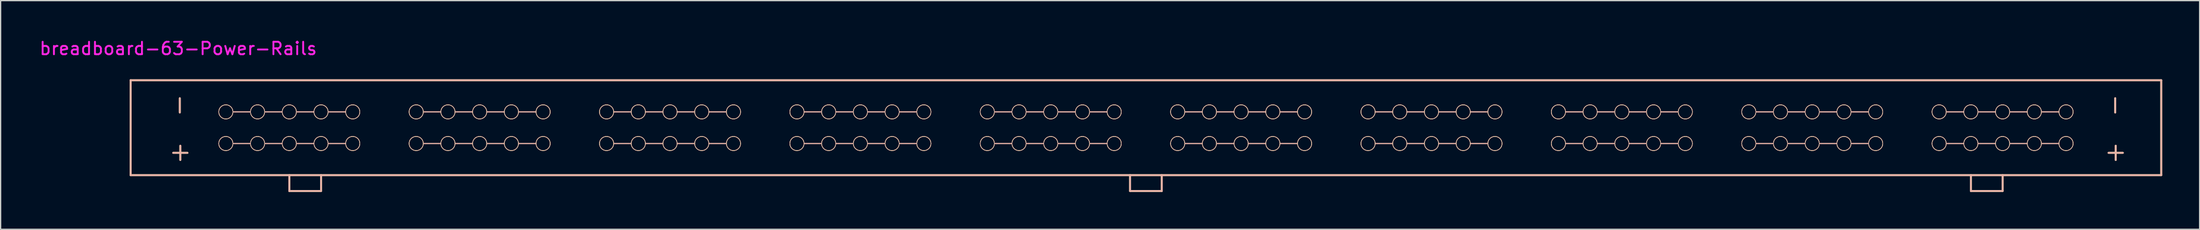
<source format=kicad_pcb>
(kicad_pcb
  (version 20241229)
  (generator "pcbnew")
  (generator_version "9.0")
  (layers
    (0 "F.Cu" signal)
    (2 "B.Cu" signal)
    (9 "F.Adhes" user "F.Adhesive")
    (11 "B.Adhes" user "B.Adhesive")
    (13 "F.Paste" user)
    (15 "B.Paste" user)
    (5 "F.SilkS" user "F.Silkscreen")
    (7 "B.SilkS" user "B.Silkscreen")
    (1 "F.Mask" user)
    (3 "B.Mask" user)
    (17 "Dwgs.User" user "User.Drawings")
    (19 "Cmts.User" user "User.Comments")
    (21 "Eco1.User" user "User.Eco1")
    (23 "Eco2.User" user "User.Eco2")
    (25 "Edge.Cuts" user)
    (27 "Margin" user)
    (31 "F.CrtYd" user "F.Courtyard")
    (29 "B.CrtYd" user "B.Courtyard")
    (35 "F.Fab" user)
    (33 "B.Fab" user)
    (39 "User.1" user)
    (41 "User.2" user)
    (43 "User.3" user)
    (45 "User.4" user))
  (footprint "breadboard-63-Power-Rails"
    (layer "F.Cu")
    (at 73.45 5.928)
    (property "Reference" "breadboard-63-Power-Rails" (at -62.23 -5.08 180) (layer "F.CrtYd") (effects (font (size 1 1) (thickness 0.15))))
    (attr exclude_from_pos_files exclude_from_bom)
    (fp_line (start -66.04 -2.54) (end -66.04 5.08) (stroke (width 0.15) (type solid)) (layer "F.SilkS"))
    (fp_line (start -66.04 5.08) (end 96.52 5.08) (stroke (width 0.15) (type solid)) (layer "F.SilkS"))
    (fp_line (start -53.34 5.08) (end -53.34 6.35) (stroke (width 0.15) (type solid)) (layer "F.SilkS"))
    (fp_line (start -53.34 6.35) (end -50.8 6.35) (stroke (width 0.15) (type solid)) (layer "F.SilkS"))
    (fp_line (start -50.8 6.35) (end -50.8 5.08) (stroke (width 0.15) (type solid)) (layer "F.SilkS"))
    (fp_line (start 13.97 5.08) (end 13.97 6.35) (stroke (width 0.15) (type solid)) (layer "F.SilkS"))
    (fp_line (start 13.97 6.35) (end 16.51 6.35) (stroke (width 0.15) (type solid)) (layer "F.SilkS"))
    (fp_line (start 16.51 6.35) (end 16.51 5.08) (stroke (width 0.15) (type solid)) (layer "F.SilkS"))
    (fp_line (start 81.28 5.08) (end 81.28 6.35) (stroke (width 0.15) (type solid)) (layer "F.SilkS"))
    (fp_line (start 81.28 6.35) (end 83.82 6.35) (stroke (width 0.15) (type solid)) (layer "F.SilkS"))
    (fp_line (start 83.82 6.35) (end 83.82 5.08) (stroke (width 0.15) (type solid)) (layer "F.SilkS"))
    (fp_line (start 96.52 -2.54) (end -66.04 -2.54) (stroke (width 0.15) (type solid)) (layer "F.SilkS"))
    (fp_line (start 96.52 5.08) (end 96.52 -2.54) (stroke (width 0.15) (type solid)) (layer "F.SilkS"))
    (fp_circle (center -58.42 0) (end -58.166 -0.508) (stroke (width 0.05) (type solid)) (fill no) (layer "F.SilkS"))
    (fp_circle (center -58.42 2.54) (end -58.166 2.032) (stroke (width 0.05) (type solid)) (fill no) (layer "F.SilkS"))
    (fp_circle (center -55.88 0) (end -55.626 -0.508) (stroke (width 0.05) (type solid)) (fill no) (layer "F.SilkS"))
    (fp_circle (center -55.88 2.54) (end -55.626 2.032) (stroke (width 0.05) (type solid)) (fill no) (layer "F.SilkS"))
    (fp_circle (center -53.34 0) (end -53.086 -0.508) (stroke (width 0.05) (type solid)) (fill no) (layer "F.SilkS"))
    (fp_circle (center -53.34 2.54) (end -53.086 2.032) (stroke (width 0.05) (type solid)) (fill no) (layer "F.SilkS"))
    (fp_circle (center -50.8 0) (end -50.546 -0.508) (stroke (width 0.05) (type solid)) (fill no) (layer "F.SilkS"))
    (fp_circle (center -50.8 2.54) (end -50.546 2.032) (stroke (width 0.05) (type solid)) (fill no) (layer "F.SilkS"))
    (fp_circle (center -48.26 0) (end -48.006 -0.508) (stroke (width 0.05) (type solid)) (fill no) (layer "F.SilkS"))
    (fp_circle (center -48.26 2.54) (end -48.006 2.032) (stroke (width 0.05) (type solid)) (fill no) (layer "F.SilkS"))
    (fp_circle (center -43.18 0) (end -42.926 -0.508) (stroke (width 0.05) (type solid)) (fill no) (layer "F.SilkS"))
    (fp_circle (center -43.18 2.54) (end -42.926 2.032) (stroke (width 0.05) (type solid)) (fill no) (layer "F.SilkS"))
    (fp_circle (center -40.64 0) (end -40.386 -0.508) (stroke (width 0.05) (type solid)) (fill no) (layer "F.SilkS"))
    (fp_circle (center -40.64 2.54) (end -40.386 2.032) (stroke (width 0.05) (type solid)) (fill no) (layer "F.SilkS"))
    (fp_circle (center -38.1 0) (end -37.846 -0.508) (stroke (width 0.05) (type solid)) (fill no) (layer "F.SilkS"))
    (fp_circle (center -38.1 2.54) (end -37.846 2.032) (stroke (width 0.05) (type solid)) (fill no) (layer "F.SilkS"))
    (fp_circle (center -35.56 0) (end -35.306 -0.508) (stroke (width 0.05) (type solid)) (fill no) (layer "F.SilkS"))
    (fp_circle (center -35.56 2.54) (end -35.306 2.032) (stroke (width 0.05) (type solid)) (fill no) (layer "F.SilkS"))
    (fp_circle (center -33.02 0) (end -32.766 -0.508) (stroke (width 0.05) (type solid)) (fill no) (layer "F.SilkS"))
    (fp_circle (center -33.02 2.54) (end -32.766 2.032) (stroke (width 0.05) (type solid)) (fill no) (layer "F.SilkS"))
    (fp_circle (center -27.94 0) (end -27.686 -0.508) (stroke (width 0.05) (type solid)) (fill no) (layer "F.SilkS"))
    (fp_circle (center -27.94 2.54) (end -27.686 2.032) (stroke (width 0.05) (type solid)) (fill no) (layer "F.SilkS"))
    (fp_circle (center -25.4 0) (end -25.146 -0.508) (stroke (width 0.05) (type solid)) (fill no) (layer "F.SilkS"))
    (fp_circle (center -25.4 2.54) (end -25.146 2.032) (stroke (width 0.05) (type solid)) (fill no) (layer "F.SilkS"))
    (fp_circle (center -22.86 0) (end -22.606 -0.508) (stroke (width 0.05) (type solid)) (fill no) (layer "F.SilkS"))
    (fp_circle (center -22.86 2.54) (end -22.606 2.032) (stroke (width 0.05) (type solid)) (fill no) (layer "F.SilkS"))
    (fp_circle (center -20.32 0) (end -20.066 -0.508) (stroke (width 0.05) (type solid)) (fill no) (layer "F.SilkS"))
    (fp_circle (center -20.32 2.54) (end -20.066 2.032) (stroke (width 0.05) (type solid)) (fill no) (layer "F.SilkS"))
    (fp_circle (center -17.78 0) (end -17.526 -0.508) (stroke (width 0.05) (type solid)) (fill no) (layer "F.SilkS"))
    (fp_circle (center -17.78 2.54) (end -17.526 2.032) (stroke (width 0.05) (type solid)) (fill no) (layer "F.SilkS"))
    (fp_circle (center -12.7 0) (end -12.446 -0.508) (stroke (width 0.05) (type solid)) (fill no) (layer "F.SilkS"))
    (fp_circle (center -12.7 2.54) (end -12.446 2.032) (stroke (width 0.05) (type solid)) (fill no) (layer "F.SilkS"))
    (fp_circle (center -10.16 0) (end -9.906 -0.508) (stroke (width 0.05) (type solid)) (fill no) (layer "F.SilkS"))
    (fp_circle (center -10.16 2.54) (end -9.906 2.032) (stroke (width 0.05) (type solid)) (fill no) (layer "F.SilkS"))
    (fp_circle (center -7.62 0) (end -7.366 -0.508) (stroke (width 0.05) (type solid)) (fill no) (layer "F.SilkS"))
    (fp_circle (center -7.62 2.54) (end -7.366 2.032) (stroke (width 0.05) (type solid)) (fill no) (layer "F.SilkS"))
    (fp_circle (center -5.08 0) (end -4.826 -0.508) (stroke (width 0.05) (type solid)) (fill no) (layer "F.SilkS"))
    (fp_circle (center -5.08 2.54) (end -4.826 2.032) (stroke (width 0.05) (type solid)) (fill no) (layer "F.SilkS"))
    (fp_circle (center -2.54 0) (end -2.286 -0.508) (stroke (width 0.05) (type solid)) (fill no) (layer "F.SilkS"))
    (fp_circle (center -2.54 2.54) (end -2.286 2.032) (stroke (width 0.05) (type solid)) (fill no) (layer "F.SilkS"))
    (fp_circle (center 2.54 0) (end 2.794 -0.508) (stroke (width 0.05) (type solid)) (fill no) (layer "F.SilkS"))
    (fp_circle (center 2.54 2.54) (end 2.794 2.032) (stroke (width 0.05) (type solid)) (fill no) (layer "F.SilkS"))
    (fp_circle (center 5.08 0) (end 5.334 -0.508) (stroke (width 0.05) (type solid)) (fill no) (layer "F.SilkS"))
    (fp_circle (center 5.08 2.54) (end 5.334 2.032) (stroke (width 0.05) (type solid)) (fill no) (layer "F.SilkS"))
    (fp_circle (center 7.62 0) (end 7.874 -0.508) (stroke (width 0.05) (type solid)) (fill no) (layer "F.SilkS"))
    (fp_circle (center 7.62 2.54) (end 7.874 2.032) (stroke (width 0.05) (type solid)) (fill no) (layer "F.SilkS"))
    (fp_circle (center 10.16 0) (end 10.414 -0.508) (stroke (width 0.05) (type solid)) (fill no) (layer "F.SilkS"))
    (fp_circle (center 10.16 2.54) (end 10.414 2.032) (stroke (width 0.05) (type solid)) (fill no) (layer "F.SilkS"))
    (fp_circle (center 12.7 0) (end 12.954 -0.508) (stroke (width 0.05) (type solid)) (fill no) (layer "F.SilkS"))
    (fp_circle (center 12.7 2.54) (end 12.954 2.032) (stroke (width 0.05) (type solid)) (fill no) (layer "F.SilkS"))
    (fp_circle (center 17.78 0) (end 18.034 -0.508) (stroke (width 0.05) (type solid)) (fill no) (layer "F.SilkS"))
    (fp_circle (center 17.78 2.54) (end 18.034 2.032) (stroke (width 0.05) (type solid)) (fill no) (layer "F.SilkS"))
    (fp_circle (center 20.32 0) (end 20.574 -0.508) (stroke (width 0.05) (type solid)) (fill no) (layer "F.SilkS"))
    (fp_circle (center 20.32 2.54) (end 20.574 2.032) (stroke (width 0.05) (type solid)) (fill no) (layer "F.SilkS"))
    (fp_circle (center 22.86 0) (end 23.114 -0.508) (stroke (width 0.05) (type solid)) (fill no) (layer "F.SilkS"))
    (fp_circle (center 22.86 2.54) (end 23.114 2.032) (stroke (width 0.05) (type solid)) (fill no) (layer "F.SilkS"))
    (fp_circle (center 25.4 0) (end 25.654 -0.508) (stroke (width 0.05) (type solid)) (fill no) (layer "F.SilkS"))
    (fp_circle (center 25.4 2.54) (end 25.654 2.032) (stroke (width 0.05) (type solid)) (fill no) (layer "F.SilkS"))
    (fp_circle (center 27.94 0) (end 28.194 -0.508) (stroke (width 0.05) (type solid)) (fill no) (layer "F.SilkS"))
    (fp_circle (center 27.94 2.54) (end 28.194 2.032) (stroke (width 0.05) (type solid)) (fill no) (layer "F.SilkS"))
    (fp_circle (center 33.02 0) (end 33.274 -0.508) (stroke (width 0.05) (type solid)) (fill no) (layer "F.SilkS"))
    (fp_circle (center 33.02 2.54) (end 33.274 2.032) (stroke (width 0.05) (type solid)) (fill no) (layer "F.SilkS"))
    (fp_circle (center 35.56 0) (end 35.814 -0.508) (stroke (width 0.05) (type solid)) (fill no) (layer "F.SilkS"))
    (fp_circle (center 35.56 2.54) (end 35.814 2.032) (stroke (width 0.05) (type solid)) (fill no) (layer "F.SilkS"))
    (fp_circle (center 38.1 0) (end 38.354 -0.508) (stroke (width 0.05) (type solid)) (fill no) (layer "F.SilkS"))
    (fp_circle (center 38.1 2.54) (end 38.354 2.032) (stroke (width 0.05) (type solid)) (fill no) (layer "F.SilkS"))
    (fp_circle (center 40.64 0) (end 40.894 -0.508) (stroke (width 0.05) (type solid)) (fill no) (layer "F.SilkS"))
    (fp_circle (center 40.64 2.54) (end 40.894 2.032) (stroke (width 0.05) (type solid)) (fill no) (layer "F.SilkS"))
    (fp_circle (center 43.18 0) (end 43.434 -0.508) (stroke (width 0.05) (type solid)) (fill no) (layer "F.SilkS"))
    (fp_circle (center 43.18 2.54) (end 43.434 2.032) (stroke (width 0.05) (type solid)) (fill no) (layer "F.SilkS"))
    (fp_circle (center 48.26 0) (end 48.514 -0.508) (stroke (width 0.05) (type solid)) (fill no) (layer "F.SilkS"))
    (fp_circle (center 48.26 2.54) (end 48.514 2.032) (stroke (width 0.05) (type solid)) (fill no) (layer "F.SilkS"))
    (fp_circle (center 50.8 0) (end 51.054 -0.508) (stroke (width 0.05) (type solid)) (fill no) (layer "F.SilkS"))
    (fp_circle (center 50.8 2.54) (end 51.054 2.032) (stroke (width 0.05) (type solid)) (fill no) (layer "F.SilkS"))
    (fp_circle (center 53.34 0) (end 53.594 -0.508) (stroke (width 0.05) (type solid)) (fill no) (layer "F.SilkS"))
    (fp_circle (center 53.34 2.54) (end 53.594 2.032) (stroke (width 0.05) (type solid)) (fill no) (layer "F.SilkS"))
    (fp_circle (center 55.88 0) (end 56.134 -0.508) (stroke (width 0.05) (type solid)) (fill no) (layer "F.SilkS"))
    (fp_circle (center 55.88 2.54) (end 56.134 2.032) (stroke (width 0.05) (type solid)) (fill no) (layer "F.SilkS"))
    (fp_circle (center 58.42 0) (end 58.674 -0.508) (stroke (width 0.05) (type solid)) (fill no) (layer "F.SilkS"))
    (fp_circle (center 58.42 2.54) (end 58.674 2.032) (stroke (width 0.05) (type solid)) (fill no) (layer "F.SilkS"))
    (fp_circle (center 63.5 0) (end 63.754 -0.508) (stroke (width 0.05) (type solid)) (fill no) (layer "F.SilkS"))
    (fp_circle (center 63.5 2.54) (end 63.754 2.032) (stroke (width 0.05) (type solid)) (fill no) (layer "F.SilkS"))
    (fp_circle (center 66.04 0) (end 66.294 -0.508) (stroke (width 0.05) (type solid)) (fill no) (layer "F.SilkS"))
    (fp_circle (center 66.04 2.54) (end 66.294 2.032) (stroke (width 0.05) (type solid)) (fill no) (layer "F.SilkS"))
    (fp_circle (center 68.58 0) (end 68.834 -0.508) (stroke (width 0.05) (type solid)) (fill no) (layer "F.SilkS"))
    (fp_circle (center 68.58 2.54) (end 68.834 2.032) (stroke (width 0.05) (type solid)) (fill no) (layer "F.SilkS"))
    (fp_circle (center 71.12 0) (end 71.374 -0.508) (stroke (width 0.05) (type solid)) (fill no) (layer "F.SilkS"))
    (fp_circle (center 71.12 2.54) (end 71.374 2.032) (stroke (width 0.05) (type solid)) (fill no) (layer "F.SilkS"))
    (fp_circle (center 73.66 0) (end 73.914 -0.508) (stroke (width 0.05) (type solid)) (fill no) (layer "F.SilkS"))
    (fp_circle (center 73.66 2.54) (end 73.914 2.032) (stroke (width 0.05) (type solid)) (fill no) (layer "F.SilkS"))
    (fp_circle (center 78.74 0) (end 78.994 -0.508) (stroke (width 0.05) (type solid)) (fill no) (layer "F.SilkS"))
    (fp_circle (center 78.74 2.54) (end 78.994 2.032) (stroke (width 0.05) (type solid)) (fill no) (layer "F.SilkS"))
    (fp_circle (center 81.28 0) (end 81.534 -0.508) (stroke (width 0.05) (type solid)) (fill no) (layer "F.SilkS"))
    (fp_circle (center 81.28 2.54) (end 81.534 2.032) (stroke (width 0.05) (type solid)) (fill no) (layer "F.SilkS"))
    (fp_circle (center 83.82 0) (end 84.074 -0.508) (stroke (width 0.05) (type solid)) (fill no) (layer "F.SilkS"))
    (fp_circle (center 83.82 2.54) (end 84.074 2.032) (stroke (width 0.05) (type solid)) (fill no) (layer "F.SilkS"))
    (fp_circle (center 86.36 0) (end 86.614 -0.508) (stroke (width 0.05) (type solid)) (fill no) (layer "F.SilkS"))
    (fp_circle (center 86.36 2.54) (end 86.614 2.032) (stroke (width 0.05) (type solid)) (fill no) (layer "F.SilkS"))
    (fp_circle (center 88.9 0) (end 89.154 -0.508) (stroke (width 0.05) (type solid)) (fill no) (layer "F.SilkS"))
    (fp_circle (center 88.9 2.54) (end 89.154 2.032) (stroke (width 0.05) (type solid)) (fill no) (layer "F.SilkS"))
    (fp_line (start -66.04 -2.54) (end -66.04 5.08) (stroke (width 0.15) (type solid)) (layer "B.SilkS"))
    (fp_line (start -57.81 0) (end -56.49 0) (stroke (width 0.1) (type solid)) (layer "B.SilkS"))
    (fp_line (start -57.81 2.54) (end -56.49 2.54) (stroke (width 0.1) (type solid)) (layer "B.SilkS"))
    (fp_line (start -55.27 0) (end -53.95 0) (stroke (width 0.1) (type solid)) (layer "B.SilkS"))
    (fp_line (start -55.27 2.54) (end -53.95 2.54) (stroke (width 0.1) (type solid)) (layer "B.SilkS"))
    (fp_line (start -53.34 5.08) (end -53.34 6.35) (stroke (width 0.15) (type solid)) (layer "B.SilkS"))
    (fp_line (start -53.34 6.35) (end -50.8 6.35) (stroke (width 0.15) (type solid)) (layer "B.SilkS"))
    (fp_line (start -52.73 0) (end -51.41 0) (stroke (width 0.1) (type solid)) (layer "B.SilkS"))
    (fp_line (start -52.73 2.54) (end -51.41 2.54) (stroke (width 0.1) (type solid)) (layer "B.SilkS"))
    (fp_line (start -50.8 6.35) (end -50.8 5.08) (stroke (width 0.15) (type solid)) (layer "B.SilkS"))
    (fp_line (start -50.19 0) (end -48.87 0) (stroke (width 0.1) (type solid)) (layer "B.SilkS"))
    (fp_line (start -50.19 2.54) (end -48.87 2.54) (stroke (width 0.1) (type solid)) (layer "B.SilkS"))
    (fp_line (start -42.57 0) (end -41.25 0) (stroke (width 0.1) (type solid)) (layer "B.SilkS"))
    (fp_line (start -42.57 2.54) (end -41.25 2.54) (stroke (width 0.1) (type solid)) (layer "B.SilkS"))
    (fp_line (start -40.03 0) (end -38.71 0) (stroke (width 0.1) (type solid)) (layer "B.SilkS"))
    (fp_line (start -40.03 2.54) (end -38.71 2.54) (stroke (width 0.1) (type solid)) (layer "B.SilkS"))
    (fp_line (start -37.49 0) (end -36.17 0) (stroke (width 0.1) (type solid)) (layer "B.SilkS"))
    (fp_line (start -37.49 2.54) (end -36.17 2.54) (stroke (width 0.1) (type solid)) (layer "B.SilkS"))
    (fp_line (start -34.95 0) (end -33.63 0) (stroke (width 0.1) (type solid)) (layer "B.SilkS"))
    (fp_line (start -34.95 2.54) (end -33.63 2.54) (stroke (width 0.1) (type solid)) (layer "B.SilkS"))
    (fp_line (start -27.33 0) (end -26.01 0) (stroke (width 0.1) (type solid)) (layer "B.SilkS"))
    (fp_line (start -27.33 2.54) (end -26.01 2.54) (stroke (width 0.1) (type solid)) (layer "B.SilkS"))
    (fp_line (start -24.79 0) (end -23.47 0) (stroke (width 0.1) (type solid)) (layer "B.SilkS"))
    (fp_line (start -24.79 2.54) (end -23.47 2.54) (stroke (width 0.1) (type solid)) (layer "B.SilkS"))
    (fp_line (start -22.25 0) (end -20.93 0) (stroke (width 0.1) (type solid)) (layer "B.SilkS"))
    (fp_line (start -22.25 2.54) (end -20.93 2.54) (stroke (width 0.1) (type solid)) (layer "B.SilkS"))
    (fp_line (start -19.71 0) (end -18.39 0) (stroke (width 0.1) (type solid)) (layer "B.SilkS"))
    (fp_line (start -19.71 2.54) (end -18.39 2.54) (stroke (width 0.1) (type solid)) (layer "B.SilkS"))
    (fp_line (start -12.09 0) (end -10.77 0) (stroke (width 0.1) (type solid)) (layer "B.SilkS"))
    (fp_line (start -12.09 2.54) (end -10.77 2.54) (stroke (width 0.1) (type solid)) (layer "B.SilkS"))
    (fp_line (start -9.55 0) (end -8.23 0) (stroke (width 0.1) (type solid)) (layer "B.SilkS"))
    (fp_line (start -9.55 2.54) (end -8.23 2.54) (stroke (width 0.1) (type solid)) (layer "B.SilkS"))
    (fp_line (start -7.01 0) (end -5.69 0) (stroke (width 0.1) (type solid)) (layer "B.SilkS"))
    (fp_line (start -7.01 2.54) (end -5.69 2.54) (stroke (width 0.1) (type solid)) (layer "B.SilkS"))
    (fp_line (start -4.47 0) (end -3.15 0) (stroke (width 0.1) (type solid)) (layer "B.SilkS"))
    (fp_line (start -4.47 2.54) (end -3.15 2.54) (stroke (width 0.1) (type solid)) (layer "B.SilkS"))
    (fp_line (start 3.15 0) (end 4.47 0) (stroke (width 0.1) (type solid)) (layer "B.SilkS"))
    (fp_line (start 3.15 2.54) (end 4.47 2.54) (stroke (width 0.1) (type solid)) (layer "B.SilkS"))
    (fp_line (start 5.69 0) (end 7.01 0) (stroke (width 0.1) (type solid)) (layer "B.SilkS"))
    (fp_line (start 5.69 2.54) (end 7.01 2.54) (stroke (width 0.1) (type solid)) (layer "B.SilkS"))
    (fp_line (start 8.23 0) (end 9.55 0) (stroke (width 0.1) (type solid)) (layer "B.SilkS"))
    (fp_line (start 8.23 2.54) (end 9.55 2.54) (stroke (width 0.1) (type solid)) (layer "B.SilkS"))
    (fp_line (start 10.77 0) (end 12.09 0) (stroke (width 0.1) (type solid)) (layer "B.SilkS"))
    (fp_line (start 10.77 2.54) (end 12.09 2.54) (stroke (width 0.1) (type solid)) (layer "B.SilkS"))
    (fp_line (start 13.97 5.08) (end 13.97 6.35) (stroke (width 0.15) (type solid)) (layer "B.SilkS"))
    (fp_line (start 13.97 6.35) (end 16.51 6.35) (stroke (width 0.15) (type solid)) (layer "B.SilkS"))
    (fp_line (start 16.51 6.35) (end 16.51 5.08) (stroke (width 0.15) (type solid)) (layer "B.SilkS"))
    (fp_line (start 18.39 0) (end 19.71 0) (stroke (width 0.1) (type solid)) (layer "B.SilkS"))
    (fp_line (start 18.39 2.54) (end 19.71 2.54) (stroke (width 0.1) (type solid)) (layer "B.SilkS"))
    (fp_line (start 20.93 0) (end 22.25 0) (stroke (width 0.1) (type solid)) (layer "B.SilkS"))
    (fp_line (start 20.93 2.54) (end 22.25 2.54) (stroke (width 0.1) (type solid)) (layer "B.SilkS"))
    (fp_line (start 23.47 0) (end 24.79 0) (stroke (width 0.1) (type solid)) (layer "B.SilkS"))
    (fp_line (start 23.47 2.54) (end 24.79 2.54) (stroke (width 0.1) (type solid)) (layer "B.SilkS"))
    (fp_line (start 26.01 0) (end 27.33 0) (stroke (width 0.1) (type solid)) (layer "B.SilkS"))
    (fp_line (start 26.01 2.54) (end 27.33 2.54) (stroke (width 0.1) (type solid)) (layer "B.SilkS"))
    (fp_line (start 33.63 0) (end 34.95 0) (stroke (width 0.1) (type solid)) (layer "B.SilkS"))
    (fp_line (start 33.63 2.54) (end 34.95 2.54) (stroke (width 0.1) (type solid)) (layer "B.SilkS"))
    (fp_line (start 36.17 0) (end 37.49 0) (stroke (width 0.1) (type solid)) (layer "B.SilkS"))
    (fp_line (start 36.17 2.54) (end 37.49 2.54) (stroke (width 0.1) (type solid)) (layer "B.SilkS"))
    (fp_line (start 38.71 0) (end 40.03 0) (stroke (width 0.1) (type solid)) (layer "B.SilkS"))
    (fp_line (start 38.71 2.54) (end 40.03 2.54) (stroke (width 0.1) (type solid)) (layer "B.SilkS"))
    (fp_line (start 41.25 0) (end 42.57 0) (stroke (width 0.1) (type solid)) (layer "B.SilkS"))
    (fp_line (start 41.25 2.54) (end 42.57 2.54) (stroke (width 0.1) (type solid)) (layer "B.SilkS"))
    (fp_line (start 48.87 0) (end 50.19 0) (stroke (width 0.1) (type solid)) (layer "B.SilkS"))
    (fp_line (start 48.87 2.54) (end 50.19 2.54) (stroke (width 0.1) (type solid)) (layer "B.SilkS"))
    (fp_line (start 51.41 0) (end 52.73 0) (stroke (width 0.1) (type solid)) (layer "B.SilkS"))
    (fp_line (start 51.41 2.54) (end 52.73 2.54) (stroke (width 0.1) (type solid)) (layer "B.SilkS"))
    (fp_line (start 53.95 0) (end 55.27 0) (stroke (width 0.1) (type solid)) (layer "B.SilkS"))
    (fp_line (start 53.95 2.54) (end 55.27 2.54) (stroke (width 0.1) (type solid)) (layer "B.SilkS"))
    (fp_line (start 56.49 0) (end 57.81 0) (stroke (width 0.1) (type solid)) (layer "B.SilkS"))
    (fp_line (start 56.49 2.54) (end 57.81 2.54) (stroke (width 0.1) (type solid)) (layer "B.SilkS"))
    (fp_line (start 64.11 0) (end 65.43 0) (stroke (width 0.1) (type solid)) (layer "B.SilkS"))
    (fp_line (start 64.11 2.54) (end 65.43 2.54) (stroke (width 0.1) (type solid)) (layer "B.SilkS"))
    (fp_line (start 66.65 0) (end 67.97 0) (stroke (width 0.1) (type solid)) (layer "B.SilkS"))
    (fp_line (start 66.65 2.54) (end 67.97 2.54) (stroke (width 0.1) (type solid)) (layer "B.SilkS"))
    (fp_line (start 69.19 0) (end 70.51 0) (stroke (width 0.1) (type solid)) (layer "B.SilkS"))
    (fp_line (start 69.19 2.54) (end 70.51 2.54) (stroke (width 0.1) (type solid)) (layer "B.SilkS"))
    (fp_line (start 71.73 0) (end 73.05 0) (stroke (width 0.1) (type solid)) (layer "B.SilkS"))
    (fp_line (start 71.73 2.54) (end 73.05 2.54) (stroke (width 0.1) (type solid)) (layer "B.SilkS"))
    (fp_line (start 79.35 0) (end 80.67 0) (stroke (width 0.1) (type solid)) (layer "B.SilkS"))
    (fp_line (start 79.35 2.54) (end 80.67 2.54) (stroke (width 0.1) (type solid)) (layer "B.SilkS"))
    (fp_line (start 81.28 5.08) (end 81.28 6.35) (stroke (width 0.15) (type solid)) (layer "B.SilkS"))
    (fp_line (start 81.28 6.35) (end 83.82 6.35) (stroke (width 0.15) (type solid)) (layer "B.SilkS"))
    (fp_line (start 81.89 0) (end 83.21 0) (stroke (width 0.1) (type solid)) (layer "B.SilkS"))
    (fp_line (start 81.89 2.54) (end 83.21 2.54) (stroke (width 0.1) (type solid)) (layer "B.SilkS"))
    (fp_line (start 83.82 6.35) (end 83.82 5.08) (stroke (width 0.15) (type solid)) (layer "B.SilkS"))
    (fp_line (start 84.43 0) (end 85.75 0) (stroke (width 0.1) (type solid)) (layer "B.SilkS"))
    (fp_line (start 84.43 2.54) (end 85.75 2.54) (stroke (width 0.1) (type solid)) (layer "B.SilkS"))
    (fp_line (start 86.97 0) (end 88.29 0) (stroke (width 0.1) (type solid)) (layer "B.SilkS"))
    (fp_line (start 86.97 2.54) (end 88.29 2.54) (stroke (width 0.1) (type solid)) (layer "B.SilkS"))
    (fp_line (start 96.52 -2.54) (end -66.04 -2.54) (stroke (width 0.15) (type solid)) (layer "B.SilkS"))
    (fp_line (start 96.52 5.08) (end -66.04 5.08) (stroke (width 0.15) (type solid)) (layer "B.SilkS"))
    (fp_line (start 96.52 5.08) (end 96.52 -2.54) (stroke (width 0.15) (type solid)) (layer "B.SilkS"))
    (fp_circle (center -58.42 0) (end -58.166 -0.508) (stroke (width 0.05) (type solid)) (fill no) (layer "B.SilkS"))
    (fp_circle (center -58.42 2.54) (end -58.166 2.032) (stroke (width 0.05) (type solid)) (fill no) (layer "B.SilkS"))
    (fp_circle (center -55.88 0) (end -55.626 -0.508) (stroke (width 0.05) (type solid)) (fill no) (layer "B.SilkS"))
    (fp_circle (center -55.88 2.54) (end -55.626 2.032) (stroke (width 0.05) (type solid)) (fill no) (layer "B.SilkS"))
    (fp_circle (center -53.34 0) (end -53.086 -0.508) (stroke (width 0.05) (type solid)) (fill no) (layer "B.SilkS"))
    (fp_circle (center -53.34 2.54) (end -53.086 2.032) (stroke (width 0.05) (type solid)) (fill no) (layer "B.SilkS"))
    (fp_circle (center -50.8 0) (end -50.546 -0.508) (stroke (width 0.05) (type solid)) (fill no) (layer "B.SilkS"))
    (fp_circle (center -50.8 2.54) (end -50.546 2.032) (stroke (width 0.05) (type solid)) (fill no) (layer "B.SilkS"))
    (fp_circle (center -48.26 0) (end -48.006 -0.508) (stroke (width 0.05) (type solid)) (fill no) (layer "B.SilkS"))
    (fp_circle (center -48.26 2.54) (end -48.006 2.032) (stroke (width 0.05) (type solid)) (fill no) (layer "B.SilkS"))
    (fp_circle (center -43.18 0) (end -42.926 -0.508) (stroke (width 0.05) (type solid)) (fill no) (layer "B.SilkS"))
    (fp_circle (center -43.18 2.54) (end -42.926 2.032) (stroke (width 0.05) (type solid)) (fill no) (layer "B.SilkS"))
    (fp_circle (center -40.64 0) (end -40.386 -0.508) (stroke (width 0.05) (type solid)) (fill no) (layer "B.SilkS"))
    (fp_circle (center -40.64 2.54) (end -40.386 2.032) (stroke (width 0.05) (type solid)) (fill no) (layer "B.SilkS"))
    (fp_circle (center -38.1 0) (end -37.846 -0.508) (stroke (width 0.05) (type solid)) (fill no) (layer "B.SilkS"))
    (fp_circle (center -38.1 2.54) (end -37.846 2.032) (stroke (width 0.05) (type solid)) (fill no) (layer "B.SilkS"))
    (fp_circle (center -35.56 0) (end -35.306 -0.508) (stroke (width 0.05) (type solid)) (fill no) (layer "B.SilkS"))
    (fp_circle (center -35.56 2.54) (end -35.306 2.032) (stroke (width 0.05) (type solid)) (fill no) (layer "B.SilkS"))
    (fp_circle (center -33.02 0) (end -32.766 -0.508) (stroke (width 0.05) (type solid)) (fill no) (layer "B.SilkS"))
    (fp_circle (center -33.02 2.54) (end -32.766 2.032) (stroke (width 0.05) (type solid)) (fill no) (layer "B.SilkS"))
    (fp_circle (center -27.94 0) (end -27.686 -0.508) (stroke (width 0.05) (type solid)) (fill no) (layer "B.SilkS"))
    (fp_circle (center -27.94 2.54) (end -27.686 2.032) (stroke (width 0.05) (type solid)) (fill no) (layer "B.SilkS"))
    (fp_circle (center -25.4 0) (end -25.146 -0.508) (stroke (width 0.05) (type solid)) (fill no) (layer "B.SilkS"))
    (fp_circle (center -25.4 2.54) (end -25.146 2.032) (stroke (width 0.05) (type solid)) (fill no) (layer "B.SilkS"))
    (fp_circle (center -22.86 0) (end -22.606 -0.508) (stroke (width 0.05) (type solid)) (fill no) (layer "B.SilkS"))
    (fp_circle (center -22.86 2.54) (end -22.606 2.032) (stroke (width 0.05) (type solid)) (fill no) (layer "B.SilkS"))
    (fp_circle (center -20.32 0) (end -20.066 -0.508) (stroke (width 0.05) (type solid)) (fill no) (layer "B.SilkS"))
    (fp_circle (center -20.32 2.54) (end -20.066 2.032) (stroke (width 0.05) (type solid)) (fill no) (layer "B.SilkS"))
    (fp_circle (center -17.78 0) (end -17.526 -0.508) (stroke (width 0.05) (type solid)) (fill no) (layer "B.SilkS"))
    (fp_circle (center -17.78 2.54) (end -17.526 2.032) (stroke (width 0.05) (type solid)) (fill no) (layer "B.SilkS"))
    (fp_circle (center -12.7 0) (end -12.446 -0.508) (stroke (width 0.05) (type solid)) (fill no) (layer "B.SilkS"))
    (fp_circle (center -12.7 2.54) (end -12.446 2.032) (stroke (width 0.05) (type solid)) (fill no) (layer "B.SilkS"))
    (fp_circle (center -10.16 0) (end -9.906 -0.508) (stroke (width 0.05) (type solid)) (fill no) (layer "B.SilkS"))
    (fp_circle (center -10.16 2.54) (end -9.906 2.032) (stroke (width 0.05) (type solid)) (fill no) (layer "B.SilkS"))
    (fp_circle (center -7.62 0) (end -7.366 -0.508) (stroke (width 0.05) (type solid)) (fill no) (layer "B.SilkS"))
    (fp_circle (center -7.62 2.54) (end -7.366 2.032) (stroke (width 0.05) (type solid)) (fill no) (layer "B.SilkS"))
    (fp_circle (center -5.08 0) (end -4.826 -0.508) (stroke (width 0.05) (type solid)) (fill no) (layer "B.SilkS"))
    (fp_circle (center -5.08 2.54) (end -4.826 2.032) (stroke (width 0.05) (type solid)) (fill no) (layer "B.SilkS"))
    (fp_circle (center -2.54 0) (end -2.286 -0.508) (stroke (width 0.05) (type solid)) (fill no) (layer "B.SilkS"))
    (fp_circle (center -2.54 2.54) (end -2.286 2.032) (stroke (width 0.05) (type solid)) (fill no) (layer "B.SilkS"))
    (fp_circle (center 2.54 0) (end 2.794 -0.508) (stroke (width 0.05) (type solid)) (fill no) (layer "B.SilkS"))
    (fp_circle (center 2.54 2.54) (end 2.794 2.032) (stroke (width 0.05) (type solid)) (fill no) (layer "B.SilkS"))
    (fp_circle (center 5.08 0) (end 5.334 -0.508) (stroke (width 0.05) (type solid)) (fill no) (layer "B.SilkS"))
    (fp_circle (center 5.08 2.54) (end 5.334 2.032) (stroke (width 0.05) (type solid)) (fill no) (layer "B.SilkS"))
    (fp_circle (center 7.62 0) (end 7.874 -0.508) (stroke (width 0.05) (type solid)) (fill no) (layer "B.SilkS"))
    (fp_circle (center 7.62 2.54) (end 7.874 2.032) (stroke (width 0.05) (type solid)) (fill no) (layer "B.SilkS"))
    (fp_circle (center 10.16 0) (end 10.414 -0.508) (stroke (width 0.05) (type solid)) (fill no) (layer "B.SilkS"))
    (fp_circle (center 10.16 2.54) (end 10.414 2.032) (stroke (width 0.05) (type solid)) (fill no) (layer "B.SilkS"))
    (fp_circle (center 12.7 0) (end 12.954 -0.508) (stroke (width 0.05) (type solid)) (fill no) (layer "B.SilkS"))
    (fp_circle (center 12.7 2.54) (end 12.954 2.032) (stroke (width 0.05) (type solid)) (fill no) (layer "B.SilkS"))
    (fp_circle (center 17.78 0) (end 18.034 -0.508) (stroke (width 0.05) (type solid)) (fill no) (layer "B.SilkS"))
    (fp_circle (center 17.78 2.54) (end 18.034 2.032) (stroke (width 0.05) (type solid)) (fill no) (layer "B.SilkS"))
    (fp_circle (center 20.32 0) (end 20.574 -0.508) (stroke (width 0.05) (type solid)) (fill no) (layer "B.SilkS"))
    (fp_circle (center 20.32 2.54) (end 20.574 2.032) (stroke (width 0.05) (type solid)) (fill no) (layer "B.SilkS"))
    (fp_circle (center 22.86 0) (end 23.114 -0.508) (stroke (width 0.05) (type solid)) (fill no) (layer "B.SilkS"))
    (fp_circle (center 22.86 2.54) (end 23.114 2.032) (stroke (width 0.05) (type solid)) (fill no) (layer "B.SilkS"))
    (fp_circle (center 25.4 0) (end 25.654 -0.508) (stroke (width 0.05) (type solid)) (fill no) (layer "B.SilkS"))
    (fp_circle (center 25.4 2.54) (end 25.654 2.032) (stroke (width 0.05) (type solid)) (fill no) (layer "B.SilkS"))
    (fp_circle (center 27.94 0) (end 28.194 -0.508) (stroke (width 0.05) (type solid)) (fill no) (layer "B.SilkS"))
    (fp_circle (center 27.94 2.54) (end 28.194 2.032) (stroke (width 0.05) (type solid)) (fill no) (layer "B.SilkS"))
    (fp_circle (center 33.02 0) (end 33.274 -0.508) (stroke (width 0.05) (type solid)) (fill no) (layer "B.SilkS"))
    (fp_circle (center 33.02 2.54) (end 33.274 2.032) (stroke (width 0.05) (type solid)) (fill no) (layer "B.SilkS"))
    (fp_circle (center 35.56 0) (end 35.814 -0.508) (stroke (width 0.05) (type solid)) (fill no) (layer "B.SilkS"))
    (fp_circle (center 35.56 2.54) (end 35.814 2.032) (stroke (width 0.05) (type solid)) (fill no) (layer "B.SilkS"))
    (fp_circle (center 38.1 0) (end 38.354 -0.508) (stroke (width 0.05) (type solid)) (fill no) (layer "B.SilkS"))
    (fp_circle (center 38.1 2.54) (end 38.354 2.032) (stroke (width 0.05) (type solid)) (fill no) (layer "B.SilkS"))
    (fp_circle (center 40.64 0) (end 40.894 -0.508) (stroke (width 0.05) (type solid)) (fill no) (layer "B.SilkS"))
    (fp_circle (center 40.64 2.54) (end 40.894 2.032) (stroke (width 0.05) (type solid)) (fill no) (layer "B.SilkS"))
    (fp_circle (center 43.18 0) (end 43.434 -0.508) (stroke (width 0.05) (type solid)) (fill no) (layer "B.SilkS"))
    (fp_circle (center 43.18 2.54) (end 43.434 2.032) (stroke (width 0.05) (type solid)) (fill no) (layer "B.SilkS"))
    (fp_circle (center 48.26 0) (end 48.514 -0.508) (stroke (width 0.05) (type solid)) (fill no) (layer "B.SilkS"))
    (fp_circle (center 48.26 2.54) (end 48.514 2.032) (stroke (width 0.05) (type solid)) (fill no) (layer "B.SilkS"))
    (fp_circle (center 50.8 0) (end 51.054 -0.508) (stroke (width 0.05) (type solid)) (fill no) (layer "B.SilkS"))
    (fp_circle (center 50.8 2.54) (end 51.054 2.032) (stroke (width 0.05) (type solid)) (fill no) (layer "B.SilkS"))
    (fp_circle (center 53.34 0) (end 53.594 -0.508) (stroke (width 0.05) (type solid)) (fill no) (layer "B.SilkS"))
    (fp_circle (center 53.34 2.54) (end 53.594 2.032) (stroke (width 0.05) (type solid)) (fill no) (layer "B.SilkS"))
    (fp_circle (center 55.88 0) (end 56.134 -0.508) (stroke (width 0.05) (type solid)) (fill no) (layer "B.SilkS"))
    (fp_circle (center 55.88 2.54) (end 56.134 2.032) (stroke (width 0.05) (type solid)) (fill no) (layer "B.SilkS"))
    (fp_circle (center 58.42 0) (end 58.674 -0.508) (stroke (width 0.05) (type solid)) (fill no) (layer "B.SilkS"))
    (fp_circle (center 58.42 2.54) (end 58.674 2.032) (stroke (width 0.05) (type solid)) (fill no) (layer "B.SilkS"))
    (fp_circle (center 63.5 0) (end 63.754 -0.508) (stroke (width 0.05) (type solid)) (fill no) (layer "B.SilkS"))
    (fp_circle (center 63.5 2.54) (end 63.754 2.032) (stroke (width 0.05) (type solid)) (fill no) (layer "B.SilkS"))
    (fp_circle (center 66.04 0) (end 66.294 -0.508) (stroke (width 0.05) (type solid)) (fill no) (layer "B.SilkS"))
    (fp_circle (center 66.04 2.54) (end 66.294 2.032) (stroke (width 0.05) (type solid)) (fill no) (layer "B.SilkS"))
    (fp_circle (center 68.58 0) (end 68.834 -0.508) (stroke (width 0.05) (type solid)) (fill no) (layer "B.SilkS"))
    (fp_circle (center 68.58 2.54) (end 68.834 2.032) (stroke (width 0.05) (type solid)) (fill no) (layer "B.SilkS"))
    (fp_circle (center 71.12 0) (end 71.374 -0.508) (stroke (width 0.05) (type solid)) (fill no) (layer "B.SilkS"))
    (fp_circle (center 71.12 2.54) (end 71.374 2.032) (stroke (width 0.05) (type solid)) (fill no) (layer "B.SilkS"))
    (fp_circle (center 73.66 0) (end 73.914 -0.508) (stroke (width 0.05) (type solid)) (fill no) (layer "B.SilkS"))
    (fp_circle (center 73.66 2.54) (end 73.914 2.032) (stroke (width 0.05) (type solid)) (fill no) (layer "B.SilkS"))
    (fp_circle (center 78.74 0) (end 78.994 -0.508) (stroke (width 0.05) (type solid)) (fill no) (layer "B.SilkS"))
    (fp_circle (center 78.74 2.54) (end 78.994 2.032) (stroke (width 0.05) (type solid)) (fill no) (layer "B.SilkS"))
    (fp_circle (center 81.28 0) (end 81.534 -0.508) (stroke (width 0.05) (type solid)) (fill no) (layer "B.SilkS"))
    (fp_circle (center 81.28 2.54) (end 81.534 2.032) (stroke (width 0.05) (type solid)) (fill no) (layer "B.SilkS"))
    (fp_circle (center 83.82 0) (end 84.074 -0.508) (stroke (width 0.05) (type solid)) (fill no) (layer "B.SilkS"))
    (fp_circle (center 83.82 2.54) (end 84.074 2.032) (stroke (width 0.05) (type solid)) (fill no) (layer "B.SilkS"))
    (fp_circle (center 86.36 0) (end 86.614 -0.508) (stroke (width 0.05) (type solid)) (fill no) (layer "B.SilkS"))
    (fp_circle (center 86.36 2.54) (end 86.614 2.032) (stroke (width 0.05) (type solid)) (fill no) (layer "B.SilkS"))
    (fp_circle (center 88.9 0) (end 89.154 -0.508) (stroke (width 0.05) (type solid)) (fill no) (layer "B.SilkS"))
    (fp_circle (center 88.9 2.54) (end 89.154 2.032) (stroke (width 0.05) (type solid)) (fill no) (layer "B.SilkS"))
    (fp_text user "-" (at 92.761 -0.522 90) (layer "F.SilkS") (effects (font (size 1 1.5) (thickness 0.15))))
    (fp_text user "-" (at -62.179 -0.522 90) (layer "F.SilkS") (effects (font (size 1 1.5) (thickness 0.15))))
    (fp_text user "+" (at -62.179 3.288 90) (layer "F.SilkS") (effects (font (size 1.5 1.5) (thickness 0.15))))
    (fp_text user "+" (at 92.761 3.288 90) (layer "F.SilkS") (effects (font (size 1.5 1.5) (thickness 0.15))))
    (fp_text user "+" (at 92.761 3.288 90) (layer "B.SilkS") (effects (font (size 1.5 1.5) (thickness 0.15)) (justify mirror)))
    (fp_text user "+" (at -62.179 3.288 90) (layer "B.SilkS") (effects (font (size 1.5 1.5) (thickness 0.15)) (justify mirror)))
    (fp_text user "-" (at 92.761 -0.522 90) (layer "B.SilkS") (effects (font (size 1 1.5) (thickness 0.15)) (justify mirror)))
    (fp_text user "-" (at -62.179 -0.522 90) (layer "B.SilkS") (effects (font (size 1 1.5) (thickness 0.15)) (justify mirror))))
  (gr_rect
    (start -3 -3)
    (end 173.045 15.353)
    (stroke (width 0.1) (type default))
    (fill no)
    (layer "Edge.Cuts")))
</source>
